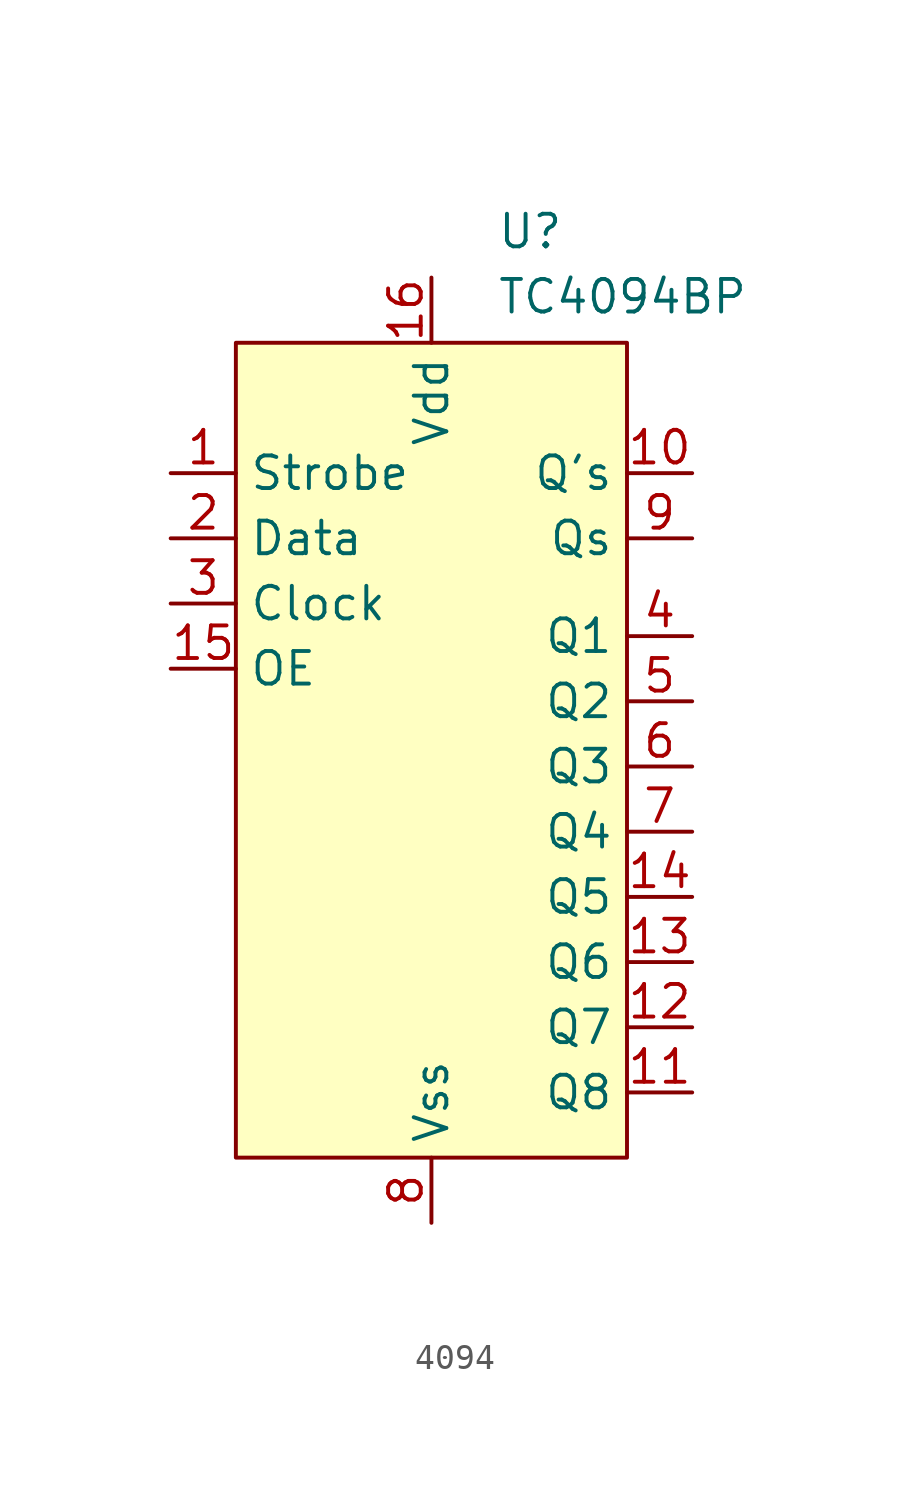
<source format=kicad_sym>
(kicad_symbol_lib
  (version 20220914)
  (generator kicad_symbol_editor)
  (symbol "4094"
    (property "Reference" "U"
      (at 2.54 2.54 0)
      (effects (font (size 1.27 1.27)) (justify left top)))
    (property "Value" "TC4094BP"
      (at 2.54 0 0)
      (effects (font (size 1.27 1.27)) (justify left top)))
    (symbol "4094_0_0"
      (pin input line (at -10.16 -7.62 0) (length 2.54) (name "Strobe" (effects (font (size 1.27 1.27)))) (number "1" (effects (font (size 1.27 1.27)))))
      (pin output line (at 10.16 -7.62 180) (length 2.54) (name "Q's" (effects (font (size 1.27 1.27)))) (number "10" (effects (font (size 1.27 1.27)))))
      (pin output line (at 10.16 -31.75 180) (length 2.54) (name "Q8" (effects (font (size 1.27 1.27)))) (number "11" (effects (font (size 1.27 1.27)))))
      (pin output line (at 10.16 -29.21 180) (length 2.54) (name "Q7" (effects (font (size 1.27 1.27)))) (number "12" (effects (font (size 1.27 1.27)))))
      (pin output line (at 10.16 -26.67 180) (length 2.54) (name "Q6" (effects (font (size 1.27 1.27)))) (number "13" (effects (font (size 1.27 1.27)))))
      (pin output line (at 10.16 -24.13 180) (length 2.54) (name "Q5" (effects (font (size 1.27 1.27)))) (number "14" (effects (font (size 1.27 1.27)))))
      (pin input line (at -10.16 -15.24 0) (length 2.54) (name "OE" (effects (font (size 1.27 1.27)))) (number "15" (effects (font (size 1.27 1.27)))))
      (pin power_in line (at 0 0 270) (length 2.54) (name "Vdd" (effects (font (size 1.27 1.27)))) (number "16" (effects (font (size 1.27 1.27)))))
      (pin input line (at -10.16 -10.16 0) (length 2.54) (name "Data" (effects (font (size 1.27 1.27)))) (number "2" (effects (font (size 1.27 1.27)))))
      (pin input line (at -10.16 -12.7 0) (length 2.54) (name "Clock" (effects (font (size 1.27 1.27)))) (number "3" (effects (font (size 1.27 1.27)))))
      (pin output line (at 10.16 -13.97 180) (length 2.54) (name "Q1" (effects (font (size 1.27 1.27)))) (number "4" (effects (font (size 1.27 1.27)))))
      (pin output line (at 10.16 -16.51 180) (length 2.54) (name "Q2" (effects (font (size 1.27 1.27)))) (number "5" (effects (font (size 1.27 1.27)))))
      (pin output line (at 10.16 -19.05 180) (length 2.54) (name "Q3" (effects (font (size 1.27 1.27)))) (number "6" (effects (font (size 1.27 1.27)))))
      (pin output line (at 10.16 -21.59 180) (length 2.54) (name "Q4" (effects (font (size 1.27 1.27)))) (number "7" (effects (font (size 1.27 1.27)))))
      (pin power_in line (at 0 -36.83 90) (length 2.54) (name "Vss" (effects (font (size 1.27 1.27)))) (number "8" (effects (font (size 1.27 1.27)))))
      (pin output line (at 10.16 -10.16 180) (length 2.54) (name "Qs" (effects (font (size 1.27 1.27)))) (number "9" (effects (font (size 1.27 1.27))))))
    (symbol "4094_1_1"
      (rectangle (start -7.62 -2.54) (end 7.62 -34.29) (stroke (width 0) (type default)) (fill (type background))))))
</source>
